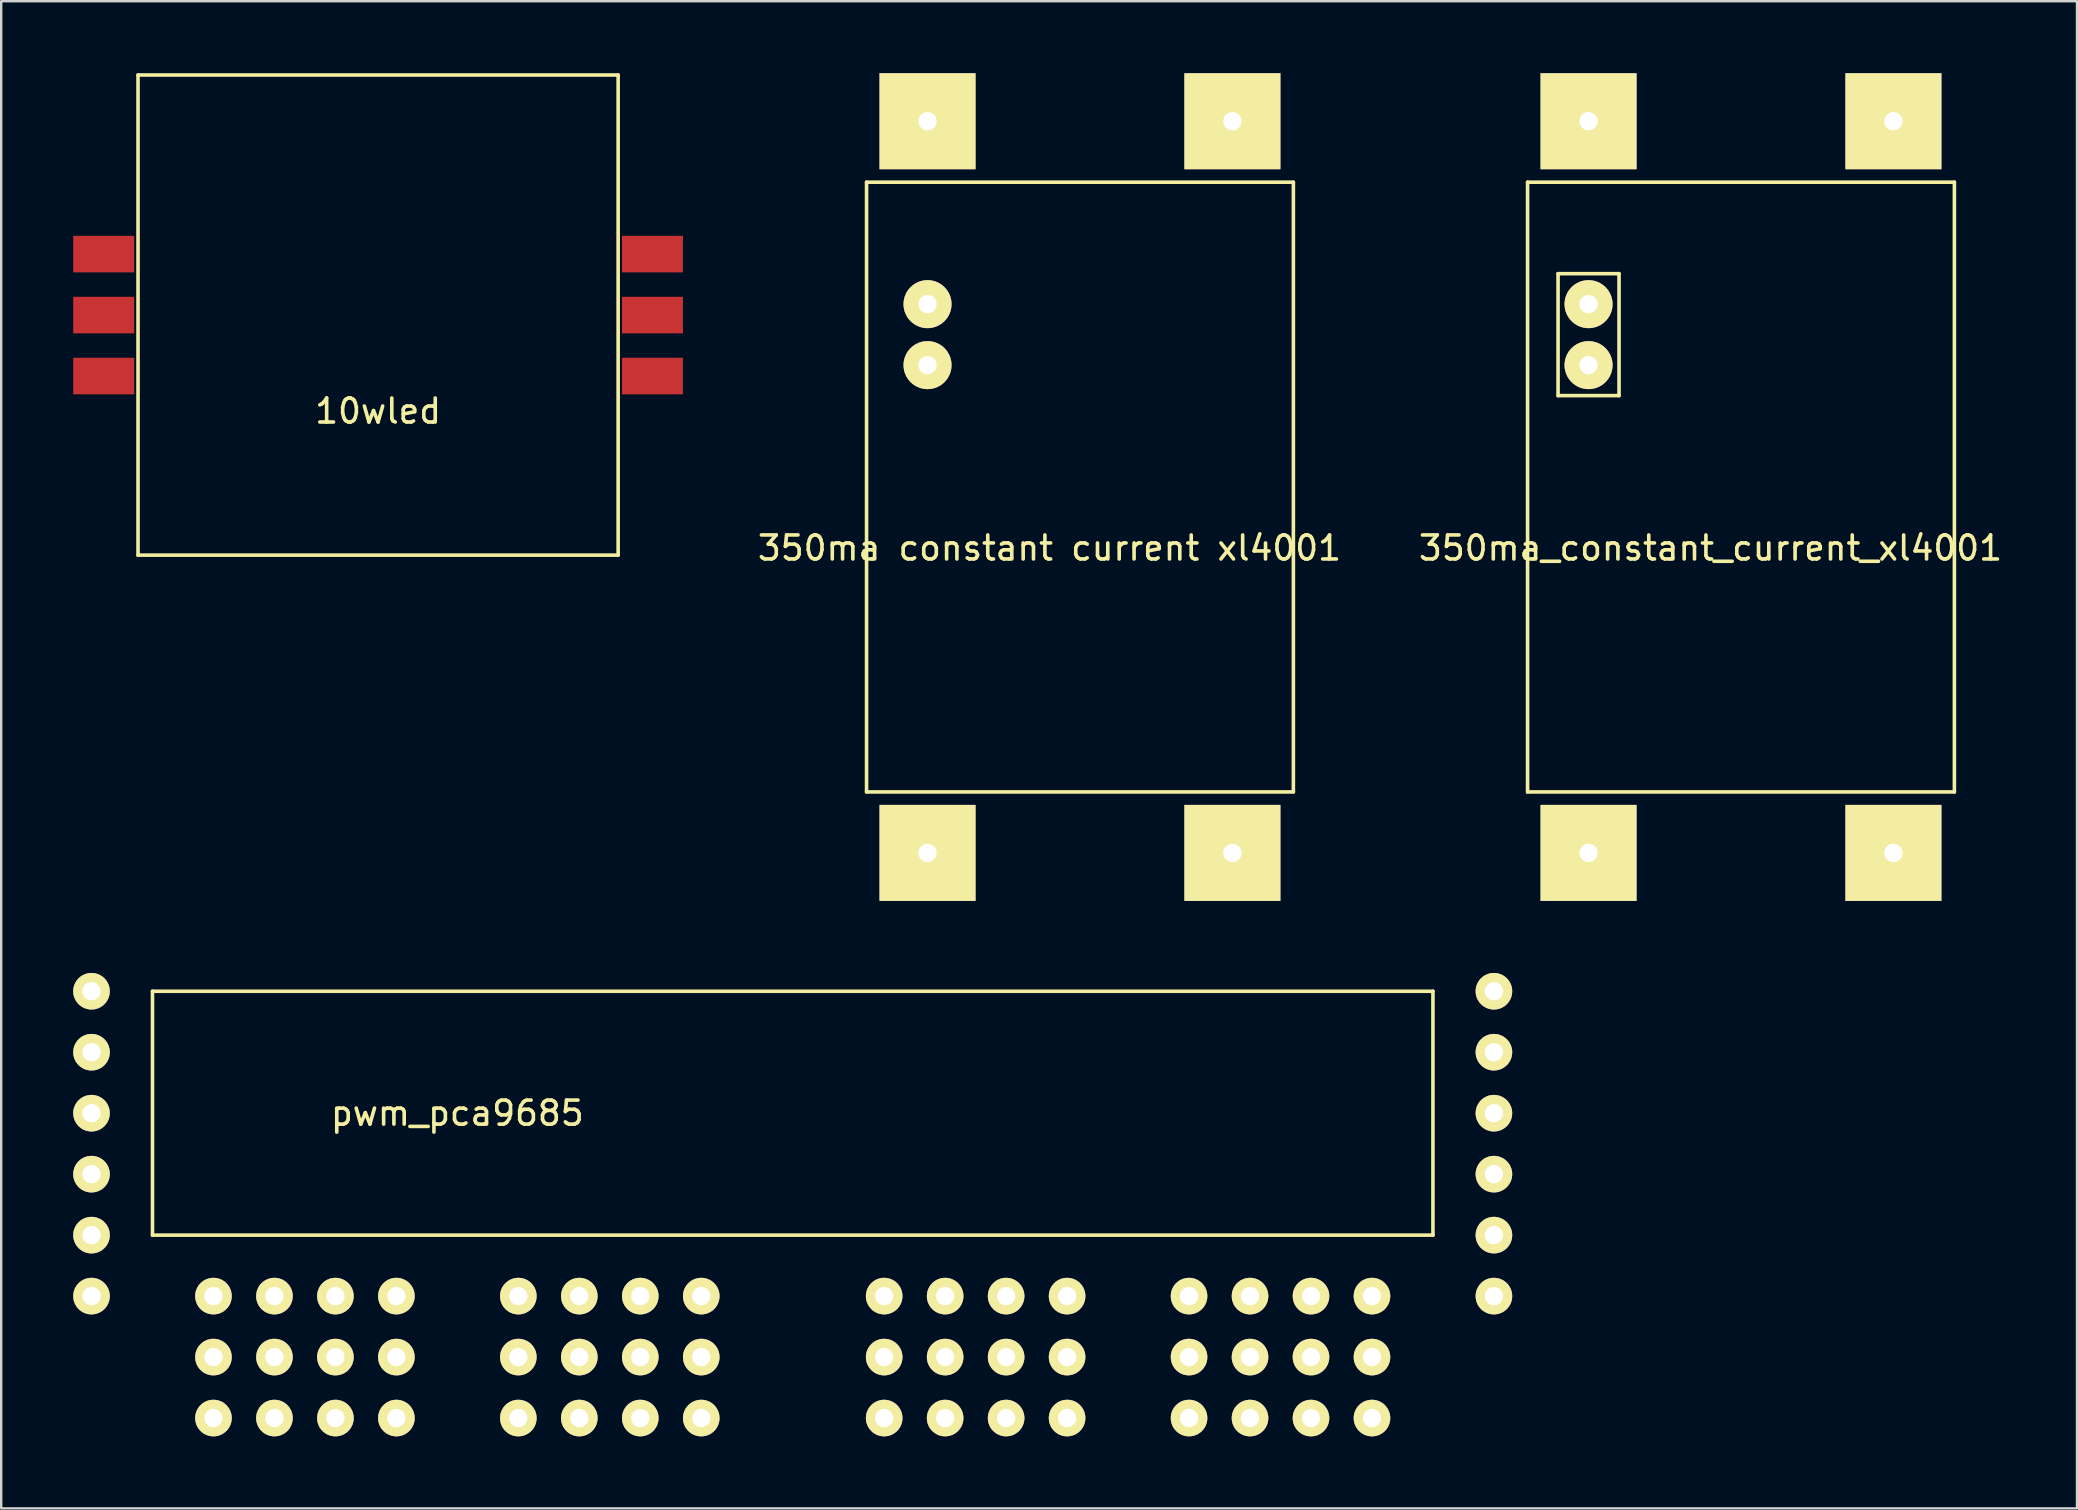
<source format=kicad_pcb>
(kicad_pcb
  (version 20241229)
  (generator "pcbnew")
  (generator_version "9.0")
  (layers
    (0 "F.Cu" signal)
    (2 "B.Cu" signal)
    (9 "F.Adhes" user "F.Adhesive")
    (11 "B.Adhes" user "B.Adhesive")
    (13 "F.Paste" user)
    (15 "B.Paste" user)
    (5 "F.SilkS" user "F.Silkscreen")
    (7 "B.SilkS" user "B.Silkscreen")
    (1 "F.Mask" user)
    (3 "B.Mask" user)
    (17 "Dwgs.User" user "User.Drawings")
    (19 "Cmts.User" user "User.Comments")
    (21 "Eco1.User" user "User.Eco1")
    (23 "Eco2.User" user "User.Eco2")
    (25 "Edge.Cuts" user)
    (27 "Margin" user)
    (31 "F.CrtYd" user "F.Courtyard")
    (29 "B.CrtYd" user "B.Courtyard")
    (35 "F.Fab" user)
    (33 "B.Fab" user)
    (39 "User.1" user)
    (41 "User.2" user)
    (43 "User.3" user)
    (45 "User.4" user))
  (footprint "350ma constant current xl4001"
    (layer "F.Cu")
    (at 35.588 32.48)
    (property "Reference" "350ma constant current xl4001" (at 5.08 -12.7 0) (layer "F.SilkS") (effects (font (size 1 1) (thickness 0.15))))
    (attr through_hole)
    (fp_line (start -2.54 -27.94) (end -2.54 -2.54) (stroke (width 0.15) (type solid)) (layer "F.SilkS"))
    (fp_line (start -2.54 -2.54) (end 15.24 -2.54) (stroke (width 0.15) (type solid)) (layer "F.SilkS"))
    (fp_line (start 15.24 -27.94) (end -2.54 -27.94) (stroke (width 0.15) (type solid)) (layer "F.SilkS"))
    (fp_line (start 15.24 -2.54) (end 15.24 -27.94) (stroke (width 0.15) (type solid)) (layer "F.SilkS"))
    (pad "1" thru_hole rect (at 0 -30.48) (size 4 4) (drill 0.762) (layers "*.Cu" "*.Mask" "F.SilkS"))
    (pad "2" thru_hole rect (at 12.7 -30.48) (size 4 4) (drill 0.762) (layers "*.Cu" "*.Mask" "F.SilkS"))
    (pad "3" thru_hole rect (at 0 0) (size 4 4) (drill 0.762) (layers "*.Cu" "*.Mask" "F.SilkS"))
    (pad "4" thru_hole rect (at 12.7 0) (size 4 4) (drill 0.762) (layers "*.Cu" "*.Mask" "F.SilkS"))
    (pad "5" thru_hole circle (at 0 -22.86) (size 2 2) (drill 0.762) (layers "*.Cu" "*.Mask" "F.SilkS"))
    (pad "6" thru_hole circle (at 0 -20.32) (size 2 2) (drill 0.762) (layers "*.Cu" "*.Mask" "F.SilkS")))
  (footprint "350ma_constant_current_xl4001"
    (layer "F.Cu")
    (at 63.124 32.48)
    (property "Reference" "350ma_constant_current_xl4001" (at 5.08 -12.7 0) (layer "F.SilkS") (effects (font (size 1 1) (thickness 0.15))))
    (attr through_hole)
    (fp_line (start -2.54 -27.94) (end -2.54 -2.54) (stroke (width 0.15) (type solid)) (layer "F.SilkS"))
    (fp_line (start -2.54 -2.54) (end 15.24 -2.54) (stroke (width 0.15) (type solid)) (layer "F.SilkS"))
    (fp_line (start -1.27 -24.13) (end 1.27 -24.13) (stroke (width 0.15) (type solid)) (layer "F.SilkS"))
    (fp_line (start -1.27 -19.05) (end -1.27 -24.13) (stroke (width 0.15) (type solid)) (layer "F.SilkS"))
    (fp_line (start 1.27 -24.13) (end 1.27 -19.05) (stroke (width 0.15) (type solid)) (layer "F.SilkS"))
    (fp_line (start 1.27 -19.05) (end -1.27 -19.05) (stroke (width 0.15) (type solid)) (layer "F.SilkS"))
    (fp_line (start 15.24 -27.94) (end -2.54 -27.94) (stroke (width 0.15) (type solid)) (layer "F.SilkS"))
    (fp_line (start 15.24 -2.54) (end 15.24 -27.94) (stroke (width 0.15) (type solid)) (layer "F.SilkS"))
    (pad "1" thru_hole rect (at 0 -30.48) (size 4 4) (drill 0.762) (layers "*.Cu" "*.Mask" "F.SilkS"))
    (pad "2" thru_hole rect (at 12.7 -30.48) (size 4 4) (drill 0.762) (layers "*.Cu" "*.Mask" "F.SilkS"))
    (pad "3" thru_hole rect (at 0 0) (size 4 4) (drill 0.762) (layers "*.Cu" "*.Mask" "F.SilkS"))
    (pad "4" thru_hole rect (at 12.7 0) (size 4 4) (drill 0.762) (layers "*.Cu" "*.Mask" "F.SilkS"))
    (pad "5" thru_hole circle (at 0 -22.86) (size 2 2) (drill 0.762) (layers "*.Cu" "*.Mask" "F.SilkS"))
    (pad "6" thru_hole circle (at 0 -20.32) (size 2 2) (drill 0.762) (layers "*.Cu" "*.Mask" "F.SilkS")))
  (footprint "pwm_pca9685"
    (layer "F.Cu")
    (at 5.842 56.022)
    (property "Reference" "pwm_pca9685" (at 10.16 -12.7 0) (layer "F.SilkS") (effects (font (size 1 1) (thickness 0.15))))
    (attr through_hole)
    (fp_line (start -2.54 -17.78) (end 50.8 -17.78) (stroke (width 0.15) (type solid)) (layer "F.SilkS"))
    (fp_line (start -2.54 -7.62) (end -2.54 -17.78) (stroke (width 0.15) (type solid)) (layer "F.SilkS"))
    (fp_line (start 50.8 -17.78) (end 50.8 -7.62) (stroke (width 0.15) (type solid)) (layer "F.SilkS"))
    (fp_line (start 50.8 -7.62) (end -2.54 -7.62) (stroke (width 0.15) (type solid)) (layer "F.SilkS"))
    (pad "1" thru_hole circle (at 0 -5.08) (size 1.524 1.524) (drill 0.762) (layers "*.Cu" "*.Mask" "F.SilkS"))
    (pad "2" thru_hole circle (at 2.54 -5.08) (size 1.524 1.524) (drill 0.762) (layers "*.Cu" "*.Mask" "F.SilkS"))
    (pad "3" thru_hole circle (at 5.08 -5.08) (size 1.524 1.524) (drill 0.762) (layers "*.Cu" "*.Mask" "F.SilkS"))
    (pad "4" thru_hole circle (at 7.62 -5.08) (size 1.524 1.524) (drill 0.762) (layers "*.Cu" "*.Mask" "F.SilkS"))
    (pad "5" thru_hole circle (at 12.7 -5.08) (size 1.524 1.524) (drill 0.762) (layers "*.Cu" "*.Mask" "F.SilkS"))
    (pad "6" thru_hole circle (at 15.24 -5.08) (size 1.524 1.524) (drill 0.762) (layers "*.Cu" "*.Mask" "F.SilkS"))
    (pad "7" thru_hole circle (at 17.78 -5.08) (size 1.524 1.524) (drill 0.762) (layers "*.Cu" "*.Mask" "F.SilkS"))
    (pad "8" thru_hole circle (at 20.32 -5.08) (size 1.524 1.524) (drill 0.762) (layers "*.Cu" "*.Mask" "F.SilkS"))
    (pad "9" thru_hole circle (at 27.94 -5.08) (size 1.524 1.524) (drill 0.762) (layers "*.Cu" "*.Mask" "F.SilkS"))
    (pad "10" thru_hole circle (at 30.48 -5.08) (size 1.524 1.524) (drill 0.762) (layers "*.Cu" "*.Mask" "F.SilkS"))
    (pad "11" thru_hole circle (at 33.02 -5.08) (size 1.524 1.524) (drill 0.762) (layers "*.Cu" "*.Mask" "F.SilkS"))
    (pad "12" thru_hole circle (at 35.56 -5.08) (size 1.524 1.524) (drill 0.762) (layers "*.Cu" "*.Mask" "F.SilkS"))
    (pad "13" thru_hole circle (at 40.64 -5.08) (size 1.524 1.524) (drill 0.762) (layers "*.Cu" "*.Mask" "F.SilkS"))
    (pad "14" thru_hole circle (at 43.18 -5.08) (size 1.524 1.524) (drill 0.762) (layers "*.Cu" "*.Mask" "F.SilkS"))
    (pad "15" thru_hole circle (at 45.72 -5.08) (size 1.524 1.524) (drill 0.762) (layers "*.Cu" "*.Mask" "F.SilkS"))
    (pad "16" thru_hole circle (at 48.26 -5.08) (size 1.524 1.524) (drill 0.762) (layers "*.Cu" "*.Mask" "F.SilkS"))
    (pad "17" thru_hole circle (at 53.34 -5.08) (size 1.524 1.524) (drill 0.762) (layers "*.Cu" "*.Mask" "F.SilkS"))
    (pad "18" thru_hole circle (at 53.34 -7.62) (size 1.524 1.524) (drill 0.762) (layers "*.Cu" "*.Mask" "F.SilkS"))
    (pad "19" thru_hole circle (at 53.34 -10.16) (size 1.524 1.524) (drill 0.762) (layers "*.Cu" "*.Mask" "F.SilkS"))
    (pad "20" thru_hole circle (at 53.34 -12.7) (size 1.524 1.524) (drill 0.762) (layers "*.Cu" "*.Mask" "F.SilkS"))
    (pad "21" thru_hole circle (at 53.34 -15.24) (size 1.524 1.524) (drill 0.762) (layers "*.Cu" "*.Mask" "F.SilkS"))
    (pad "22" thru_hole circle (at 53.34 -17.78) (size 1.524 1.524) (drill 0.762) (layers "*.Cu" "*.Mask" "F.SilkS"))
    (pad "23" thru_hole circle (at -5.08 -5.08) (size 1.524 1.524) (drill 0.762) (layers "*.Cu" "*.Mask" "F.SilkS"))
    (pad "24" thru_hole circle (at -5.08 -7.62) (size 1.524 1.524) (drill 0.762) (layers "*.Cu" "*.Mask" "F.SilkS"))
    (pad "25" thru_hole circle (at -5.08 -10.16) (size 1.524 1.524) (drill 0.762) (layers "*.Cu" "*.Mask" "F.SilkS"))
    (pad "26" thru_hole circle (at -5.08 -12.7) (size 1.524 1.524) (drill 0.762) (layers "*.Cu" "*.Mask" "F.SilkS"))
    (pad "27" thru_hole circle (at -5.08 -15.24) (size 1.524 1.524) (drill 0.762) (layers "*.Cu" "*.Mask" "F.SilkS"))
    (pad "28" thru_hole circle (at -5.08 -17.78) (size 1.524 1.524) (drill 0.762) (layers "*.Cu" "*.Mask" "F.SilkS"))
    (pad "29" thru_hole circle (at 0 -2.54) (size 1.524 1.524) (drill 0.762) (layers "*.Cu" "*.Mask" "F.SilkS"))
    (pad "30" thru_hole circle (at 2.54 -2.54) (size 1.524 1.524) (drill 0.762) (layers "*.Cu" "*.Mask" "F.SilkS"))
    (pad "31" thru_hole circle (at 5.08 -2.54) (size 1.524 1.524) (drill 0.762) (layers "*.Cu" "*.Mask" "F.SilkS"))
    (pad "32" thru_hole circle (at 7.62 -2.54) (size 1.524 1.524) (drill 0.762) (layers "*.Cu" "*.Mask" "F.SilkS"))
    (pad "33" thru_hole circle (at 12.7 -2.54) (size 1.524 1.524) (drill 0.762) (layers "*.Cu" "*.Mask" "F.SilkS"))
    (pad "34" thru_hole circle (at 15.24 -2.54) (size 1.524 1.524) (drill 0.762) (layers "*.Cu" "*.Mask" "F.SilkS"))
    (pad "35" thru_hole circle (at 17.78 -2.54) (size 1.524 1.524) (drill 0.762) (layers "*.Cu" "*.Mask" "F.SilkS"))
    (pad "36" thru_hole circle (at 20.32 -2.54) (size 1.524 1.524) (drill 0.762) (layers "*.Cu" "*.Mask" "F.SilkS"))
    (pad "37" thru_hole circle (at 27.94 -2.54) (size 1.524 1.524) (drill 0.762) (layers "*.Cu" "*.Mask" "F.SilkS"))
    (pad "38" thru_hole circle (at 30.48 -2.54) (size 1.524 1.524) (drill 0.762) (layers "*.Cu" "*.Mask" "F.SilkS"))
    (pad "39" thru_hole circle (at 33.02 -2.54) (size 1.524 1.524) (drill 0.762) (layers "*.Cu" "*.Mask" "F.SilkS"))
    (pad "40" thru_hole circle (at 35.56 -2.54) (size 1.524 1.524) (drill 0.762) (layers "*.Cu" "*.Mask" "F.SilkS"))
    (pad "41" thru_hole circle (at 40.64 -2.54) (size 1.524 1.524) (drill 0.762) (layers "*.Cu" "*.Mask" "F.SilkS"))
    (pad "42" thru_hole circle (at 43.18 -2.54) (size 1.524 1.524) (drill 0.762) (layers "*.Cu" "*.Mask" "F.SilkS"))
    (pad "43" thru_hole circle (at 45.72 -2.54) (size 1.524 1.524) (drill 0.762) (layers "*.Cu" "*.Mask" "F.SilkS"))
    (pad "44" thru_hole circle (at 48.26 -2.54) (size 1.524 1.524) (drill 0.762) (layers "*.Cu" "*.Mask" "F.SilkS"))
    (pad "45" thru_hole circle (at 0 0) (size 1.524 1.524) (drill 0.762) (layers "*.Cu" "*.Mask" "F.SilkS"))
    (pad "46" thru_hole circle (at 2.54 0) (size 1.524 1.524) (drill 0.762) (layers "*.Cu" "*.Mask" "F.SilkS"))
    (pad "47" thru_hole circle (at 5.08 0) (size 1.524 1.524) (drill 0.762) (layers "*.Cu" "*.Mask" "F.SilkS"))
    (pad "48" thru_hole circle (at 7.62 0) (size 1.524 1.524) (drill 0.762) (layers "*.Cu" "*.Mask" "F.SilkS"))
    (pad "49" thru_hole circle (at 12.7 0) (size 1.524 1.524) (drill 0.762) (layers "*.Cu" "*.Mask" "F.SilkS"))
    (pad "50" thru_hole circle (at 15.24 0) (size 1.524 1.524) (drill 0.762) (layers "*.Cu" "*.Mask" "F.SilkS"))
    (pad "51" thru_hole circle (at 17.78 0) (size 1.524 1.524) (drill 0.762) (layers "*.Cu" "*.Mask" "F.SilkS"))
    (pad "52" thru_hole circle (at 20.32 0) (size 1.524 1.524) (drill 0.762) (layers "*.Cu" "*.Mask" "F.SilkS"))
    (pad "53" thru_hole circle (at 27.94 0) (size 1.524 1.524) (drill 0.762) (layers "*.Cu" "*.Mask" "F.SilkS"))
    (pad "54" thru_hole circle (at 30.48 0) (size 1.524 1.524) (drill 0.762) (layers "*.Cu" "*.Mask" "F.SilkS"))
    (pad "55" thru_hole circle (at 33.02 0) (size 1.524 1.524) (drill 0.762) (layers "*.Cu" "*.Mask" "F.SilkS"))
    (pad "56" thru_hole circle (at 35.56 0) (size 1.524 1.524) (drill 0.762) (layers "*.Cu" "*.Mask" "F.SilkS"))
    (pad "57" thru_hole circle (at 40.64 0) (size 1.524 1.524) (drill 0.762) (layers "*.Cu" "*.Mask" "F.SilkS"))
    (pad "58" thru_hole circle (at 43.18 0) (size 1.524 1.524) (drill 0.762) (layers "*.Cu" "*.Mask" "F.SilkS"))
    (pad "59" thru_hole circle (at 45.72 0) (size 1.524 1.524) (drill 0.762) (layers "*.Cu" "*.Mask" "F.SilkS"))
    (pad "60" thru_hole circle (at 48.26 0) (size 1.524 1.524) (drill 0.762) (layers "*.Cu" "*.Mask" "F.SilkS")))
  (footprint "10wled"
    (layer "F.Cu")
    (at 12.7 10.075)
    (property "Reference" "10wled" (at 0 4 0) (layer "F.SilkS") (effects (font (size 1 1) (thickness 0.15))))
    (attr through_hole)
    (fp_line (start -10 -10) (end 10 -10) (stroke (width 0.15) (type solid)) (layer "F.SilkS"))
    (fp_line (start -10 10) (end -10 -10) (stroke (width 0.15) (type solid)) (layer "F.SilkS"))
    (fp_line (start 10 -10) (end 10 10) (stroke (width 0.15) (type solid)) (layer "F.SilkS"))
    (fp_line (start 10 10) (end -10 10) (stroke (width 0.15) (type solid)) (layer "F.SilkS"))
    (pad "1" smd rect (at -11.43 2.54) (size 2.54 1.524) (layers "F.Cu" "F.Mask" "F.Paste"))
    (pad "2" smd rect (at -11.43 0) (size 2.54 1.524) (layers "F.Cu" "F.Mask" "F.Paste"))
    (pad "3" smd rect (at -11.43 -2.54) (size 2.54 1.524) (layers "F.Cu" "F.Mask" "F.Paste"))
    (pad "4" smd rect (at 11.43 -2.54) (size 2.54 1.524) (layers "F.Cu" "F.Mask" "F.Paste"))
    (pad "5" smd rect (at 11.43 0) (size 2.54 1.524) (layers "F.Cu" "F.Mask" "F.Paste"))
    (pad "6" smd rect (at 11.43 2.54) (size 2.54 1.524) (layers "F.Cu" "F.Mask" "F.Paste")))
  (gr_rect
    (start -3 -3)
    (end 83.471 59.784)
    (stroke (width 0.1) (type default))
    (fill no)
    (layer "Edge.Cuts")))
</source>
